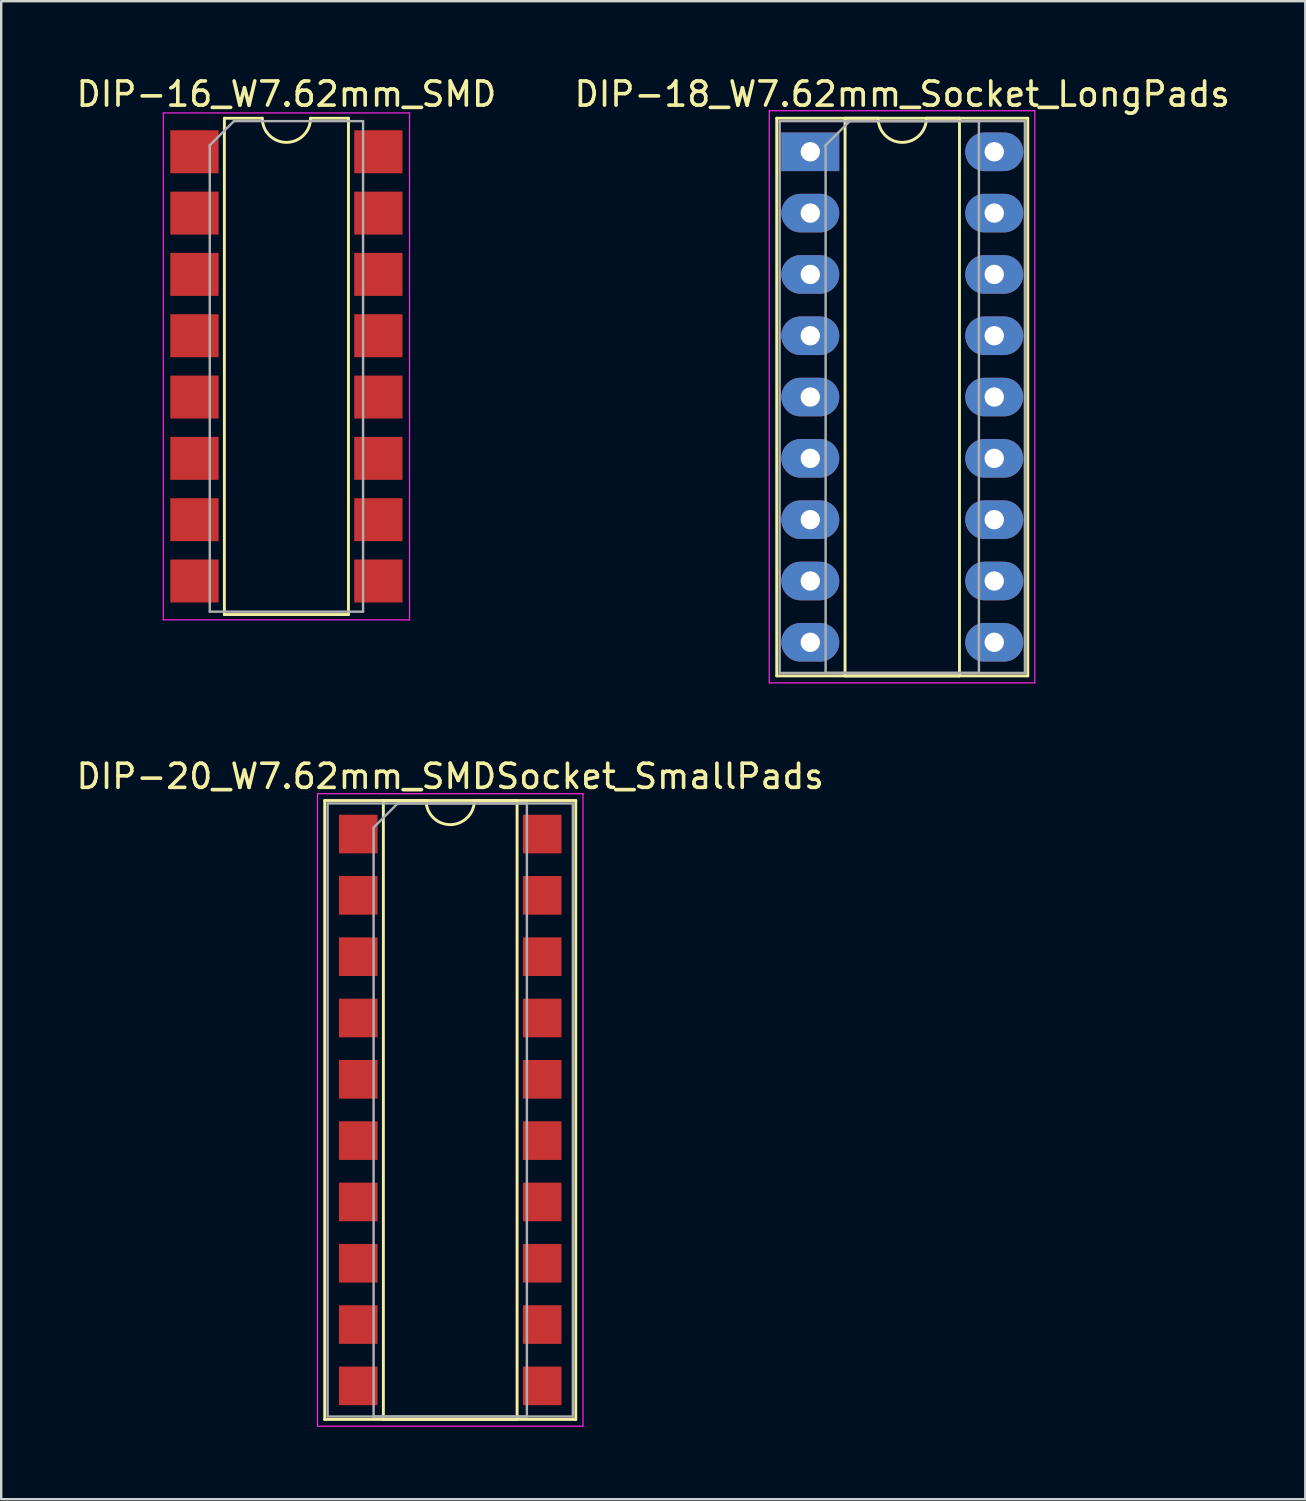
<source format=kicad_pcb>
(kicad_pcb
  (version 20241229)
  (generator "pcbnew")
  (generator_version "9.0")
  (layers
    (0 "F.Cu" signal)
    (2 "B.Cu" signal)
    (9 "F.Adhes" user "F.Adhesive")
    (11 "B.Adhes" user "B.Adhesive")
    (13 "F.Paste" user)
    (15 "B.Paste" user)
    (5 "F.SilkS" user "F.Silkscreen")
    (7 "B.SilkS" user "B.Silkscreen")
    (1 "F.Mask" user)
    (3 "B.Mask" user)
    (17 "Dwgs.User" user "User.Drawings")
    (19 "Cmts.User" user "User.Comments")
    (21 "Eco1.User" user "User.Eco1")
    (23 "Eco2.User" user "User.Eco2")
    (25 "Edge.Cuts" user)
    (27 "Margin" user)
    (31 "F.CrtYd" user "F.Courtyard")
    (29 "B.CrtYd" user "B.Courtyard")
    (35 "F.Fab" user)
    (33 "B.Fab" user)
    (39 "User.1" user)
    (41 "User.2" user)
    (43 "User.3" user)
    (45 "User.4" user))
  (footprint "DIP-20_W7.62mm_SMDSocket_SmallPads"
    (layer "F.Cu")
    (at 15.601 42.931)
    (property "Reference" "DIP-20_W7.62mm_SMDSocket_SmallPads" (at 0 -13.82 0) (layer "F.SilkS") (effects (font (size 1 1) (thickness 0.15))))
    (attr smd)
    (fp_line (start -5.2 -12.82) (end -5.2 12.82) (stroke (width 0.12) (type solid)) (layer "F.SilkS"))
    (fp_line (start -5.2 12.82) (end 5.2 12.82) (stroke (width 0.12) (type solid)) (layer "F.SilkS"))
    (fp_line (start -2.77 -12.82) (end -2.77 12.82) (stroke (width 0.12) (type solid)) (layer "F.SilkS"))
    (fp_line (start -2.77 12.82) (end 2.77 12.82) (stroke (width 0.12) (type solid)) (layer "F.SilkS"))
    (fp_line (start -1 -12.82) (end -2.77 -12.82) (stroke (width 0.12) (type solid)) (layer "F.SilkS"))
    (fp_line (start 2.77 -12.82) (end 1 -12.82) (stroke (width 0.12) (type solid)) (layer "F.SilkS"))
    (fp_line (start 2.77 12.82) (end 2.77 -12.82) (stroke (width 0.12) (type solid)) (layer "F.SilkS"))
    (fp_line (start 5.2 -12.82) (end -5.2 -12.82) (stroke (width 0.12) (type solid)) (layer "F.SilkS"))
    (fp_line (start 5.2 12.82) (end 5.2 -12.82) (stroke (width 0.12) (type solid)) (layer "F.SilkS"))
    (fp_arc (start 1 -12.82) (mid 0 -11.82) (end -1 -12.82) (stroke (width 0.12) (type solid)) (layer "F.SilkS"))
    (fp_line (start -5.5 -13.1) (end -5.5 13.1) (stroke (width 0.05) (type solid)) (layer "F.CrtYd"))
    (fp_line (start -5.5 13.1) (end 5.5 13.1) (stroke (width 0.05) (type solid)) (layer "F.CrtYd"))
    (fp_line (start 5.5 -13.1) (end -5.5 -13.1) (stroke (width 0.05) (type solid)) (layer "F.CrtYd"))
    (fp_line (start 5.5 13.1) (end 5.5 -13.1) (stroke (width 0.05) (type solid)) (layer "F.CrtYd"))
    (fp_line (start -5.08 -12.7) (end -5.08 12.7) (stroke (width 0.1) (type solid)) (layer "F.Fab"))
    (fp_line (start -5.08 12.7) (end 5.08 12.7) (stroke (width 0.1) (type solid)) (layer "F.Fab"))
    (fp_line (start -3.175 -11.7) (end -2.175 -12.7) (stroke (width 0.1) (type solid)) (layer "F.Fab"))
    (fp_line (start -3.175 12.7) (end -3.175 -11.7) (stroke (width 0.1) (type solid)) (layer "F.Fab"))
    (fp_line (start -2.175 -12.7) (end 3.175 -12.7) (stroke (width 0.1) (type solid)) (layer "F.Fab"))
    (fp_line (start 3.175 -12.7) (end 3.175 12.7) (stroke (width 0.1) (type solid)) (layer "F.Fab"))
    (fp_line (start 3.175 12.7) (end -3.175 12.7) (stroke (width 0.1) (type solid)) (layer "F.Fab"))
    (fp_line (start 5.08 -12.7) (end -5.08 -12.7) (stroke (width 0.1) (type solid)) (layer "F.Fab"))
    (fp_line (start 5.08 12.7) (end 5.08 -12.7) (stroke (width 0.1) (type solid)) (layer "F.Fab"))
    (pad "1" smd rect (at -3.81 -11.43) (size 1.6 1.6) (layers "F.Cu" "F.Mask"))
    (pad "2" smd rect (at -3.81 -8.89) (size 1.6 1.6) (layers "F.Cu" "F.Mask"))
    (pad "3" smd rect (at -3.81 -6.35) (size 1.6 1.6) (layers "F.Cu" "F.Mask"))
    (pad "4" smd rect (at -3.81 -3.81) (size 1.6 1.6) (layers "F.Cu" "F.Mask"))
    (pad "5" smd rect (at -3.81 -1.27) (size 1.6 1.6) (layers "F.Cu" "F.Mask"))
    (pad "6" smd rect (at -3.81 1.27) (size 1.6 1.6) (layers "F.Cu" "F.Mask"))
    (pad "7" smd rect (at -3.81 3.81) (size 1.6 1.6) (layers "F.Cu" "F.Mask"))
    (pad "8" smd rect (at -3.81 6.35) (size 1.6 1.6) (layers "F.Cu" "F.Mask"))
    (pad "9" smd rect (at -3.81 8.89) (size 1.6 1.6) (layers "F.Cu" "F.Mask"))
    (pad "10" smd rect (at -3.81 11.43) (size 1.6 1.6) (layers "F.Cu" "F.Mask"))
    (pad "11" smd rect (at 3.81 11.43) (size 1.6 1.6) (layers "F.Cu" "F.Mask"))
    (pad "12" smd rect (at 3.81 8.89) (size 1.6 1.6) (layers "F.Cu" "F.Mask"))
    (pad "13" smd rect (at 3.81 6.35) (size 1.6 1.6) (layers "F.Cu" "F.Mask"))
    (pad "14" smd rect (at 3.81 3.81) (size 1.6 1.6) (layers "F.Cu" "F.Mask"))
    (pad "15" smd rect (at 3.81 1.27) (size 1.6 1.6) (layers "F.Cu" "F.Mask"))
    (pad "16" smd rect (at 3.81 -1.27) (size 1.6 1.6) (layers "F.Cu" "F.Mask"))
    (pad "17" smd rect (at 3.81 -3.81) (size 1.6 1.6) (layers "F.Cu" "F.Mask"))
    (pad "18" smd rect (at 3.81 -6.35) (size 1.6 1.6) (layers "F.Cu" "F.Mask"))
    (pad "19" smd rect (at 3.81 -8.89) (size 1.6 1.6) (layers "F.Cu" "F.Mask"))
    (pad "20" smd rect (at 3.81 -11.43) (size 1.6 1.6) (layers "F.Cu" "F.Mask")))
  (footprint "DIP-18_W7.62mm_Socket_LongPads"
    (layer "F.Cu")
    (at 30.517 3.238)
    (property "Reference" "DIP-18_W7.62mm_Socket_LongPads" (at 3.81 -2.39 0) (layer "F.SilkS") (effects (font (size 1 1) (thickness 0.15))))
    (attr through_hole)
    (fp_line (start -1.39 -1.39) (end -1.39 21.71) (stroke (width 0.12) (type solid)) (layer "F.SilkS"))
    (fp_line (start -1.39 21.71) (end 9.01 21.71) (stroke (width 0.12) (type solid)) (layer "F.SilkS"))
    (fp_line (start 1.44 -1.39) (end 1.44 21.71) (stroke (width 0.12) (type solid)) (layer "F.SilkS"))
    (fp_line (start 1.44 21.71) (end 6.18 21.71) (stroke (width 0.12) (type solid)) (layer "F.SilkS"))
    (fp_line (start 2.81 -1.39) (end 1.44 -1.39) (stroke (width 0.12) (type solid)) (layer "F.SilkS"))
    (fp_line (start 6.18 -1.39) (end 4.81 -1.39) (stroke (width 0.12) (type solid)) (layer "F.SilkS"))
    (fp_line (start 6.18 21.71) (end 6.18 -1.39) (stroke (width 0.12) (type solid)) (layer "F.SilkS"))
    (fp_line (start 9.01 -1.39) (end -1.39 -1.39) (stroke (width 0.12) (type solid)) (layer "F.SilkS"))
    (fp_line (start 9.01 21.71) (end 9.01 -1.39) (stroke (width 0.12) (type solid)) (layer "F.SilkS"))
    (fp_arc (start 4.81 -1.39) (mid 3.81 -0.39) (end 2.81 -1.39) (stroke (width 0.12) (type solid)) (layer "F.SilkS"))
    (fp_line (start -1.7 -1.7) (end -1.7 22) (stroke (width 0.05) (type solid)) (layer "F.CrtYd"))
    (fp_line (start -1.7 22) (end 9.3 22) (stroke (width 0.05) (type solid)) (layer "F.CrtYd"))
    (fp_line (start 9.3 -1.7) (end -1.7 -1.7) (stroke (width 0.05) (type solid)) (layer "F.CrtYd"))
    (fp_line (start 9.3 22) (end 9.3 -1.7) (stroke (width 0.05) (type solid)) (layer "F.CrtYd"))
    (fp_line (start -1.27 -1.27) (end -1.27 21.59) (stroke (width 0.1) (type solid)) (layer "F.Fab"))
    (fp_line (start -1.27 21.59) (end 8.89 21.59) (stroke (width 0.1) (type solid)) (layer "F.Fab"))
    (fp_line (start 0.635 -0.27) (end 1.635 -1.27) (stroke (width 0.1) (type solid)) (layer "F.Fab"))
    (fp_line (start 0.635 21.59) (end 0.635 -0.27) (stroke (width 0.1) (type solid)) (layer "F.Fab"))
    (fp_line (start 1.635 -1.27) (end 6.985 -1.27) (stroke (width 0.1) (type solid)) (layer "F.Fab"))
    (fp_line (start 6.985 -1.27) (end 6.985 21.59) (stroke (width 0.1) (type solid)) (layer "F.Fab"))
    (fp_line (start 6.985 21.59) (end 0.635 21.59) (stroke (width 0.1) (type solid)) (layer "F.Fab"))
    (fp_line (start 8.89 -1.27) (end -1.27 -1.27) (stroke (width 0.1) (type solid)) (layer "F.Fab"))
    (fp_line (start 8.89 21.59) (end 8.89 -1.27) (stroke (width 0.1) (type solid)) (layer "F.Fab"))
    (pad "1" thru_hole rect (at 0 0) (size 2.4 1.6) (drill 0.8) (layers "*.Cu" "*.Mask"))
    (pad "2" thru_hole oval (at 0 2.54) (size 2.4 1.6) (drill 0.8) (layers "*.Cu" "*.Mask"))
    (pad "3" thru_hole oval (at 0 5.08) (size 2.4 1.6) (drill 0.8) (layers "*.Cu" "*.Mask"))
    (pad "4" thru_hole oval (at 0 7.62) (size 2.4 1.6) (drill 0.8) (layers "*.Cu" "*.Mask"))
    (pad "5" thru_hole oval (at 0 10.16) (size 2.4 1.6) (drill 0.8) (layers "*.Cu" "*.Mask"))
    (pad "6" thru_hole oval (at 0 12.7) (size 2.4 1.6) (drill 0.8) (layers "*.Cu" "*.Mask"))
    (pad "7" thru_hole oval (at 0 15.24) (size 2.4 1.6) (drill 0.8) (layers "*.Cu" "*.Mask"))
    (pad "8" thru_hole oval (at 0 17.78) (size 2.4 1.6) (drill 0.8) (layers "*.Cu" "*.Mask"))
    (pad "9" thru_hole oval (at 0 20.32) (size 2.4 1.6) (drill 0.8) (layers "*.Cu" "*.Mask"))
    (pad "10" thru_hole oval (at 7.62 20.32) (size 2.4 1.6) (drill 0.8) (layers "*.Cu" "*.Mask"))
    (pad "11" thru_hole oval (at 7.62 17.78) (size 2.4 1.6) (drill 0.8) (layers "*.Cu" "*.Mask"))
    (pad "12" thru_hole oval (at 7.62 15.24) (size 2.4 1.6) (drill 0.8) (layers "*.Cu" "*.Mask"))
    (pad "13" thru_hole oval (at 7.62 12.7) (size 2.4 1.6) (drill 0.8) (layers "*.Cu" "*.Mask"))
    (pad "14" thru_hole oval (at 7.62 10.16) (size 2.4 1.6) (drill 0.8) (layers "*.Cu" "*.Mask"))
    (pad "15" thru_hole oval (at 7.62 7.62) (size 2.4 1.6) (drill 0.8) (layers "*.Cu" "*.Mask"))
    (pad "16" thru_hole oval (at 7.62 5.08) (size 2.4 1.6) (drill 0.8) (layers "*.Cu" "*.Mask"))
    (pad "17" thru_hole oval (at 7.62 2.54) (size 2.4 1.6) (drill 0.8) (layers "*.Cu" "*.Mask"))
    (pad "18" thru_hole oval (at 7.62 0) (size 2.4 1.6) (drill 0.8) (layers "*.Cu" "*.Mask")))
  (footprint "DIP-16_W7.62mm_SMD"
    (layer "F.Cu")
    (at 8.815 12.128)
    (property "Reference" "DIP-16_W7.62mm_SMD" (at 0 -11.28 0) (layer "F.SilkS") (effects (font (size 1 1) (thickness 0.15))))
    (attr smd)
    (fp_line (start -2.57 -10.28) (end -2.57 10.28) (stroke (width 0.12) (type solid)) (layer "F.SilkS"))
    (fp_line (start -2.57 10.28) (end 2.57 10.28) (stroke (width 0.12) (type solid)) (layer "F.SilkS"))
    (fp_line (start -1 -10.28) (end -2.57 -10.28) (stroke (width 0.12) (type solid)) (layer "F.SilkS"))
    (fp_line (start 2.57 -10.28) (end 1 -10.28) (stroke (width 0.12) (type solid)) (layer "F.SilkS"))
    (fp_line (start 2.57 10.28) (end 2.57 -10.28) (stroke (width 0.12) (type solid)) (layer "F.SilkS"))
    (fp_arc (start 1 -10.28) (mid 0 -9.28) (end -1 -10.28) (stroke (width 0.12) (type solid)) (layer "F.SilkS"))
    (fp_line (start -5.1 -10.5) (end -5.1 10.5) (stroke (width 0.05) (type solid)) (layer "F.CrtYd"))
    (fp_line (start -5.1 10.5) (end 5.1 10.5) (stroke (width 0.05) (type solid)) (layer "F.CrtYd"))
    (fp_line (start 5.1 -10.5) (end -5.1 -10.5) (stroke (width 0.05) (type solid)) (layer "F.CrtYd"))
    (fp_line (start 5.1 10.5) (end 5.1 -10.5) (stroke (width 0.05) (type solid)) (layer "F.CrtYd"))
    (fp_line (start -3.175 -9.16) (end -2.175 -10.16) (stroke (width 0.1) (type solid)) (layer "F.Fab"))
    (fp_line (start -3.175 10.16) (end -3.175 -9.16) (stroke (width 0.1) (type solid)) (layer "F.Fab"))
    (fp_line (start -2.175 -10.16) (end 3.175 -10.16) (stroke (width 0.1) (type solid)) (layer "F.Fab"))
    (fp_line (start 3.175 -10.16) (end 3.175 10.16) (stroke (width 0.1) (type solid)) (layer "F.Fab"))
    (fp_line (start 3.175 10.16) (end -3.175 10.16) (stroke (width 0.1) (type solid)) (layer "F.Fab"))
    (pad "1" smd rect (at -3.81 -8.89) (size 2 1.78) (layers "F.Cu" "F.Mask"))
    (pad "2" smd rect (at -3.81 -6.35) (size 2 1.78) (layers "F.Cu" "F.Mask"))
    (pad "3" smd rect (at -3.81 -3.81) (size 2 1.78) (layers "F.Cu" "F.Mask"))
    (pad "4" smd rect (at -3.81 -1.27) (size 2 1.78) (layers "F.Cu" "F.Mask"))
    (pad "5" smd rect (at -3.81 1.27) (size 2 1.78) (layers "F.Cu" "F.Mask"))
    (pad "6" smd rect (at -3.81 3.81) (size 2 1.78) (layers "F.Cu" "F.Mask"))
    (pad "7" smd rect (at -3.81 6.35) (size 2 1.78) (layers "F.Cu" "F.Mask"))
    (pad "8" smd rect (at -3.81 8.89) (size 2 1.78) (layers "F.Cu" "F.Mask"))
    (pad "9" smd rect (at 3.81 8.89) (size 2 1.78) (layers "F.Cu" "F.Mask"))
    (pad "10" smd rect (at 3.81 6.35) (size 2 1.78) (layers "F.Cu" "F.Mask"))
    (pad "11" smd rect (at 3.81 3.81) (size 2 1.78) (layers "F.Cu" "F.Mask"))
    (pad "12" smd rect (at 3.81 1.27) (size 2 1.78) (layers "F.Cu" "F.Mask"))
    (pad "13" smd rect (at 3.81 -1.27) (size 2 1.78) (layers "F.Cu" "F.Mask"))
    (pad "14" smd rect (at 3.81 -3.81) (size 2 1.78) (layers "F.Cu" "F.Mask"))
    (pad "15" smd rect (at 3.81 -6.35) (size 2 1.78) (layers "F.Cu" "F.Mask"))
    (pad "16" smd rect (at 3.81 -8.89) (size 2 1.78) (layers "F.Cu" "F.Mask")))
  (gr_rect
    (start -3 -3)
    (end 51.024 59.056)
    (stroke (width 0.1) (type default))
    (fill no)
    (layer "Edge.Cuts")))
</source>
